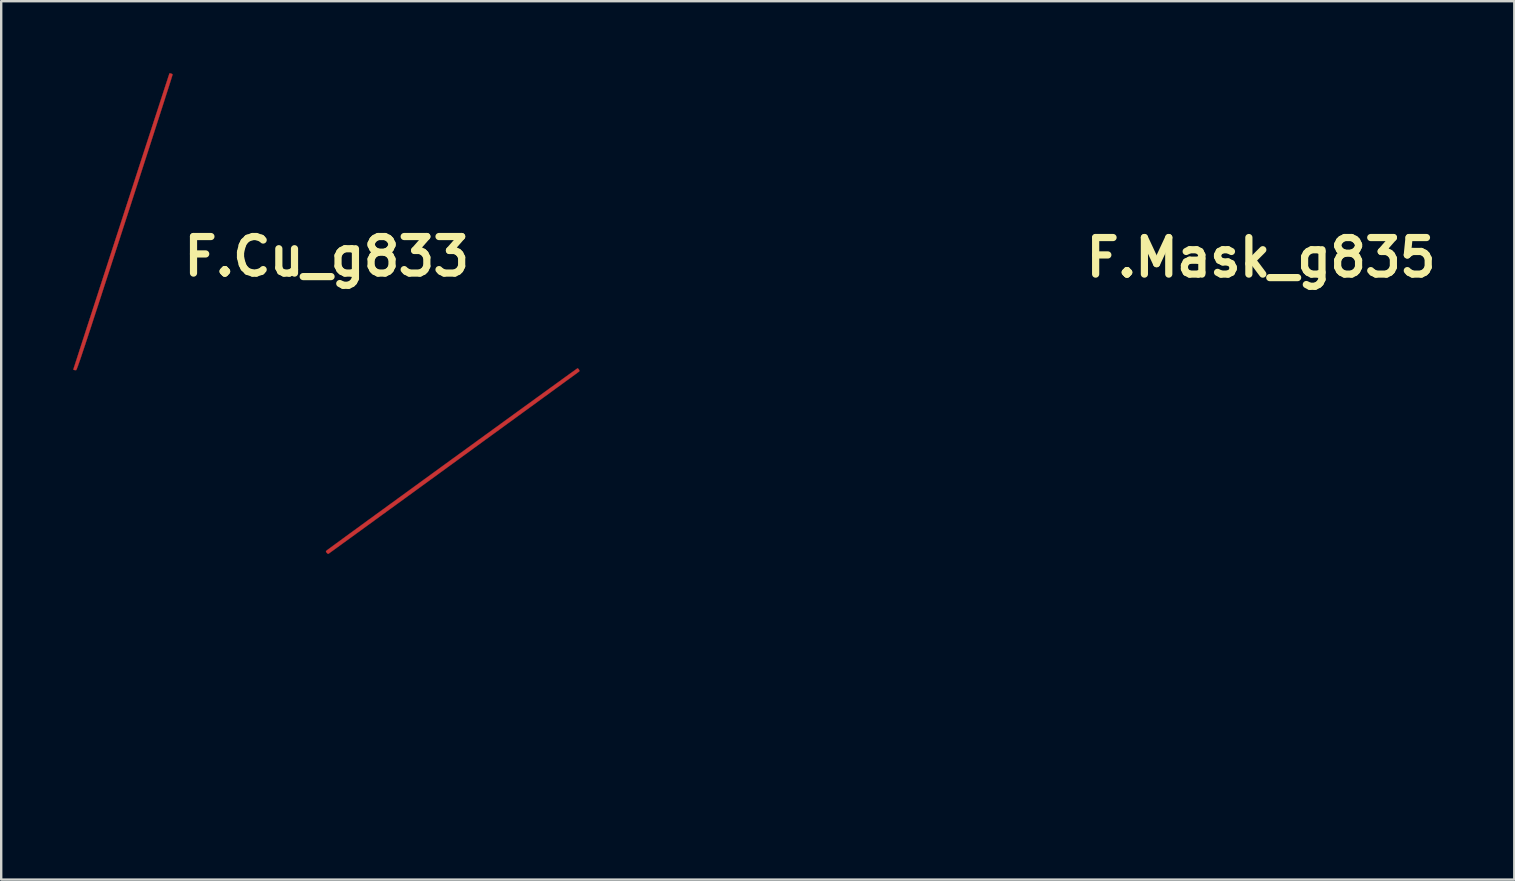
<source format=kicad_pcb>
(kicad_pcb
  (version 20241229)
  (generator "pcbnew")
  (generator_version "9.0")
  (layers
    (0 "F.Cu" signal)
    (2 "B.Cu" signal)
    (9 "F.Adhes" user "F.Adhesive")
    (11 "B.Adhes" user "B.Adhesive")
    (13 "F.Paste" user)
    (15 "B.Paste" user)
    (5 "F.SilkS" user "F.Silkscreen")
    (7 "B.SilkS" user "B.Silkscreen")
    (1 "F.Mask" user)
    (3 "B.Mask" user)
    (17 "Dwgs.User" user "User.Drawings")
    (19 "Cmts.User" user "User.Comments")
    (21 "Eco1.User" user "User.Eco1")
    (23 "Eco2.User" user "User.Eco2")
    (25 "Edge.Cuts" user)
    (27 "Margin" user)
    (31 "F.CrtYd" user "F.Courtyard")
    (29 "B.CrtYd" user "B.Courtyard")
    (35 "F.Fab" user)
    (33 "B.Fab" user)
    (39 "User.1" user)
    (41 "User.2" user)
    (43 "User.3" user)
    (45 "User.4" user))
  (footprint "F.Cu_g833"
    (layer "F.Cu")
    (at 10.567 7.643)
    (property "Reference" "F.Cu_g833" (at 0 0 0) (layer "F.SilkS") (effects (font (size 1.524 1.524) (thickness 0.3))))
    (attr through_hole)
    (fp_poly (pts (xy 10.481 4.673) (xy 10.512 4.711) (xy 10.534 4.752) (xy 10.53 4.779) (xy 10.518 4.793) (xy 10.499 4.807) (xy 10.447 4.845) (xy 10.365 4.906) (xy 10.252 4.988) (xy 10.113 5.09) (xy 9.946 5.211) (xy 9.756 5.35) (xy 9.542 5.505) (xy 9.307 5.677) (xy 9.052 5.862) (xy 8.779 6.061) (xy 8.49 6.272) (xy 8.185 6.493) (xy 7.867 6.725) (xy 7.537 6.964) (xy 7.198 7.212) (xy 6.849 7.465) (xy 6.494 7.723) (xy 6.134 7.985) (xy 5.77 8.25) (xy 5.403 8.517) (xy 5.037 8.783) (xy 4.671 9.049) (xy 4.308 9.313) (xy 3.95 9.574) (xy 3.597 9.83) (xy 3.252 10.081) (xy 2.916 10.325) (xy 2.591 10.561) (xy 2.278 10.788) (xy 1.98 11.005) (xy 1.697 11.211) (xy 1.431 11.404) (xy 1.184 11.583) (xy 0.957 11.748) (xy 0.753 11.896) (xy 0.572 12.027) (xy 0.416 12.14) (xy 0.287 12.234) (xy 0.187 12.306) (xy 0.116 12.357) (xy 0.078 12.385) (xy 0.07 12.39) (xy 0.042 12.385) (xy 0.005 12.352) (xy 0.001 12.347) (xy -0.028 12.307) (xy -0.03 12.283) (xy -0.008 12.257) (xy -0.006 12.255) (xy 0.016 12.238) (xy 0.07 12.197) (xy 0.155 12.135) (xy 0.269 12.051) (xy 0.411 11.947) (xy 0.58 11.824) (xy 0.772 11.683) (xy 0.987 11.526) (xy 1.224 11.354) (xy 1.48 11.167) (xy 1.754 10.967) (xy 2.045 10.756) (xy 2.35 10.534) (xy 2.669 10.302) (xy 2.999 10.062) (xy 3.34 9.814) (xy 3.689 9.561) (xy 4.044 9.302) (xy 4.405 9.04) (xy 4.769 8.775) (xy 5.135 8.509) (xy 5.502 8.243) (xy 5.868 7.978) (xy 6.23 7.714) (xy 6.589 7.454) (xy 6.941 7.199) (xy 7.285 6.949) (xy 7.621 6.705) (xy 7.945 6.47) (xy 8.257 6.244) (xy 8.556 6.028) (xy 8.838 5.823) (xy 9.103 5.631) (xy 9.349 5.453) (xy 9.575 5.29) (xy 9.779 5.142) (xy 9.959 5.012) (xy 10.114 4.9) (xy 10.242 4.808) (xy 10.342 4.737) (xy 10.411 4.687) (xy 10.449 4.661) (xy 10.456 4.657) (xy 10.481 4.673)) (stroke (width 0.01) (type solid)) (fill yes) (layer "F.Cu"))
    (fp_poly (pts (xy -6.482 -7.626) (xy -6.441 -7.608) (xy -6.423 -7.591) (xy -6.428 -7.569) (xy -6.447 -7.509) (xy -6.477 -7.411) (xy -6.519 -7.278) (xy -6.572 -7.11) (xy -6.636 -6.91) (xy -6.71 -6.68) (xy -6.793 -6.419) (xy -6.886 -6.131) (xy -6.987 -5.817) (xy -7.096 -5.478) (xy -7.213 -5.115) (xy -7.337 -4.731) (xy -7.467 -4.327) (xy -7.604 -3.904) (xy -7.746 -3.465) (xy -7.893 -3.01) (xy -8.045 -2.541) (xy -8.201 -2.059) (xy -8.361 -1.567) (xy -8.409 -1.418) (xy -8.603 -0.822) (xy -8.783 -0.265) (xy -8.952 0.254) (xy -9.109 0.737) (xy -9.255 1.185) (xy -9.389 1.599) (xy -9.513 1.98) (xy -9.628 2.33) (xy -9.732 2.65) (xy -9.827 2.942) (xy -9.914 3.205) (xy -9.992 3.443) (xy -10.062 3.655) (xy -10.125 3.844) (xy -10.181 4.011) (xy -10.229 4.156) (xy -10.272 4.282) (xy -10.309 4.389) (xy -10.341 4.479) (xy -10.367 4.553) (xy -10.389 4.613) (xy -10.407 4.659) (xy -10.421 4.692) (xy -10.432 4.715) (xy -10.44 4.729) (xy -10.445 4.734) (xy -10.446 4.734) (xy -10.502 4.732) (xy -10.525 4.727) (xy -10.556 4.716) (xy -10.562 4.71) (xy -10.556 4.69) (xy -10.537 4.63) (xy -10.506 4.534) (xy -10.464 4.404) (xy -10.411 4.241) (xy -10.349 4.047) (xy -10.277 3.824) (xy -10.196 3.574) (xy -10.106 3.299) (xy -10.01 3) (xy -9.906 2.68) (xy -9.796 2.341) (xy -9.68 1.984) (xy -9.559 1.611) (xy -9.434 1.224) (xy -9.304 0.825) (xy -9.171 0.416) (xy -9.036 -0.002) (xy -8.898 -0.426) (xy -8.759 -0.854) (xy -8.619 -1.285) (xy -8.479 -1.717) (xy -8.339 -2.148) (xy -8.2 -2.575) (xy -8.063 -2.998) (xy -7.928 -3.414) (xy -7.796 -3.822) (xy -7.667 -4.219) (xy -7.542 -4.603) (xy -7.421 -4.974) (xy -7.306 -5.328) (xy -7.197 -5.664) (xy -7.094 -5.98) (xy -6.998 -6.275) (xy -6.91 -6.545) (xy -6.83 -6.791) (xy -6.759 -7.009) (xy -6.698 -7.197) (xy -6.646 -7.354) (xy -6.606 -7.479) (xy -6.576 -7.568) (xy -6.559 -7.62) (xy -6.554 -7.635) (xy -6.527 -7.638) (xy -6.482 -7.626)) (stroke (width 0.01) (type solid)) (fill yes) (layer "F.Cu")))
  (footprint "F.Mask_g835"
    (layer "F.Cu")
    (at 49.51 7.685)
    (property "Reference" "F.Mask_g835" (at 0 0 0) (layer "F.SilkS") (effects (font (size 1.524 1.524) (thickness 0.3))))
    (attr through_hole)
    (fp_poly (pts (xy -6.493 -7.68) (xy -6.487 -7.68) (xy -6.381 -7.673) (xy -8.385 -1.492) (xy -8.546 -0.996) (xy -8.704 -0.51) (xy -8.857 -0.036) (xy -9.006 0.424) (xy -9.15 0.87) (xy -9.289 1.299) (xy -9.421 1.709) (xy -9.547 2.101) (xy -9.667 2.47) (xy -9.778 2.818) (xy -9.882 3.14) (xy -9.977 3.437) (xy -10.063 3.707) (xy -10.14 3.948) (xy -10.207 4.158) (xy -10.264 4.336) (xy -10.309 4.481) (xy -10.343 4.591) (xy -10.366 4.664) (xy -10.375 4.698) (xy -10.376 4.701) (xy -10.358 4.715) (xy -10.307 4.752) (xy -10.224 4.812) (xy -10.111 4.894) (xy -9.969 4.997) (xy -9.799 5.121) (xy -9.603 5.263) (xy -9.382 5.424) (xy -9.137 5.601) (xy -8.87 5.796) (xy -8.581 6.005) (xy -8.273 6.229) (xy -7.947 6.466) (xy -7.603 6.715) (xy -7.243 6.976) (xy -6.869 7.248) (xy -6.482 7.529) (xy -6.082 7.819) (xy -5.672 8.116) (xy -5.253 8.42) (xy -5.117 8.519) (xy -4.695 8.825) (xy -4.283 9.125) (xy -3.88 9.417) (xy -3.489 9.701) (xy -3.111 9.976) (xy -2.747 10.24) (xy -2.399 10.494) (xy -2.067 10.735) (xy -1.753 10.963) (xy -1.459 11.178) (xy -1.186 11.377) (xy -0.935 11.56) (xy -0.707 11.727) (xy -0.503 11.875) (xy -0.326 12.005) (xy -0.176 12.115) (xy -0.054 12.205) (xy 0.037 12.272) (xy 0.097 12.317) (xy 0.125 12.339) (xy 0.127 12.34) (xy 0.11 12.353) (xy 0.058 12.389) (xy -0.026 12.446) (xy -0.143 12.525) (xy -0.289 12.625) (xy -0.466 12.744) (xy -0.671 12.882) (xy -0.903 13.038) (xy -1.162 13.212) (xy -1.445 13.403) (xy -1.753 13.609) (xy -2.083 13.831) (xy -2.436 14.067) (xy -2.808 14.318) (xy -3.2 14.581) (xy -3.611 14.856) (xy -4.039 15.143) (xy -4.483 15.44) (xy -4.941 15.748) (xy -5.414 16.064) (xy -5.9 16.389) (xy -6.397 16.722) (xy -6.904 17.062) (xy -7.421 17.408) (xy -7.618 17.54) (xy -8.281 17.983) (xy -8.91 18.404) (xy -9.504 18.802) (xy -10.065 19.178) (xy -10.594 19.532) (xy -11.091 19.865) (xy -11.557 20.178) (xy -11.992 20.47) (xy -12.397 20.742) (xy -12.773 20.994) (xy -13.121 21.228) (xy -13.441 21.444) (xy -13.734 21.641) (xy -14 21.821) (xy -14.24 21.983) (xy -14.456 22.129) (xy -14.646 22.259) (xy -14.814 22.373) (xy -14.957 22.472) (xy -15.079 22.555) (xy -15.179 22.625) (xy -15.258 22.68) (xy -15.316 22.722) (xy -15.354 22.751) (xy -15.374 22.768) (xy -15.377 22.771) (xy -15.399 22.809) (xy -15.439 22.814) (xy -15.485 22.822) (xy -15.546 22.848) (xy -15.575 22.866) (xy -15.635 22.904) (xy -15.668 22.92) (xy -15.682 22.916) (xy -15.684 22.893) (xy -15.677 22.851) (xy -15.664 22.809) (xy -15.654 22.768) (xy -15.672 22.749) (xy -15.696 22.742) (xy -15.735 22.727) (xy -15.748 22.715) (xy -15.742 22.694) (xy -15.725 22.633) (xy -15.698 22.535) (xy -15.66 22.399) (xy -15.612 22.228) (xy -15.554 22.023) (xy -15.487 21.784) (xy -15.412 21.515) (xy -15.327 21.214) (xy -15.235 20.885) (xy -15.134 20.528) (xy -15.026 20.145) (xy -14.911 19.736) (xy -14.789 19.303) (xy -14.661 18.848) (xy -14.527 18.372) (xy -14.387 17.876) (xy -14.242 17.361) (xy -14.092 16.829) (xy -13.938 16.281) (xy -13.779 15.718) (xy -13.617 15.141) (xy -13.451 14.553) (xy -13.282 13.953) (xy -13.209 13.695) (xy -13.005 12.971) (xy -12.813 12.287) (xy -12.631 11.642) (xy -12.459 11.034) (xy -12.298 10.462) (xy -12.147 9.926) (xy -12.006 9.423) (xy -11.874 8.954) (xy -11.751 8.516) (xy -11.636 8.109) (xy -11.531 7.732) (xy -11.433 7.383) (xy -11.343 7.061) (xy -11.26 6.766) (xy -11.185 6.495) (xy -11.116 6.249) (xy -11.054 6.026) (xy -10.999 5.824) (xy -10.949 5.644) (xy -10.905 5.482) (xy -10.866 5.34) (xy -10.832 5.214) (xy -10.803 5.105) (xy -10.779 5.011) (xy -10.758 4.93) (xy -10.741 4.863) (xy -10.728 4.807) (xy -10.718 4.762) (xy -10.711 4.727) (xy -10.706 4.7) (xy -10.703 4.68) (xy -10.703 4.667) (xy -10.704 4.658) (xy -10.706 4.654) (xy -10.706 4.654) (xy -10.725 4.638) (xy -10.776 4.598) (xy -10.859 4.532) (xy -10.971 4.444) (xy -11.112 4.332) (xy -11.281 4.199) (xy -11.477 4.044) (xy -11.699 3.869) (xy -11.946 3.675) (xy -12.216 3.462) (xy -12.509 3.231) (xy -12.823 2.983) (xy -13.158 2.719) (xy -13.512 2.441) (xy -13.885 2.147) (xy -14.275 1.84) (xy -14.681 1.521) (xy -15.102 1.189) (xy -15.537 0.847) (xy -15.985 0.494) (xy -16.445 0.132) (xy -16.915 -0.238) (xy -17.396 -0.617) (xy -17.885 -1.002) (xy -18.066 -1.144) (xy -18.558 -1.531) (xy -19.041 -1.911) (xy -19.515 -2.284) (xy -19.979 -2.649) (xy -20.43 -3.004) (xy -20.87 -3.35) (xy -21.295 -3.684) (xy -21.706 -4.007) (xy -22.1 -4.318) (xy -22.478 -4.615) (xy -22.838 -4.899) (xy -23.179 -5.167) (xy -23.5 -5.419) (xy -23.799 -5.655) (xy -24.076 -5.873) (xy -24.33 -6.073) (xy -24.56 -6.254) (xy -24.764 -6.414) (xy -24.942 -6.554) (xy -25.092 -6.672) (xy -25.213 -6.768) (xy -25.305 -6.84) (xy -25.366 -6.889) (xy -25.396 -6.912) (xy -25.398 -6.914) (xy -25.396 -6.932) (xy -25.375 -6.934) (xy -25.312 -6.937) (xy -25.21 -6.942) (xy -25.07 -6.948) (xy -24.893 -6.956) (xy -24.681 -6.965) (xy -24.435 -6.975) (xy -24.157 -6.987) (xy -23.848 -6.999) (xy -23.509 -7.013) (xy -23.141 -7.028) (xy -22.748 -7.044) (xy -22.328 -7.061) (xy -21.885 -7.079) (xy -21.419 -7.098) (xy -20.932 -7.118) (xy -20.425 -7.138) (xy -19.9 -7.159) (xy -19.358 -7.181) (xy -18.801 -7.203) (xy -18.229 -7.226) (xy -17.645 -7.249) (xy -17.049 -7.272) (xy -16.826 -7.281) (xy -16.218 -7.305) (xy -15.617 -7.329) (xy -15.024 -7.352) (xy -14.442 -7.375) (xy -13.872 -7.398) (xy -13.315 -7.42) (xy -12.772 -7.441) (xy -12.247 -7.462) (xy -11.739 -7.482) (xy -11.252 -7.501) (xy -10.786 -7.52) (xy -10.342 -7.537) (xy -9.923 -7.554) (xy -9.531 -7.57) (xy -9.166 -7.584) (xy -8.83 -7.597) (xy -8.526 -7.609) (xy -8.254 -7.62) (xy -8.016 -7.63) (xy -7.813 -7.638) (xy -7.648 -7.644) (xy -7.522 -7.649) (xy -7.437 -7.653) (xy -7.429 -7.653) (xy -7.241 -7.66) (xy -7.062 -7.667) (xy -6.897 -7.672) (xy -6.753 -7.676) (xy -6.634 -7.679) (xy -6.545 -7.68) (xy -6.493 -7.68)) (stroke (width 0.01) (type solid)) (fill yes) (layer "F.Mask")))
  (gr_rect
    (start -3 -3)
    (end 60.065 33.61)
    (stroke (width 0.1) (type default))
    (fill no)
    (layer "Edge.Cuts")))
</source>
